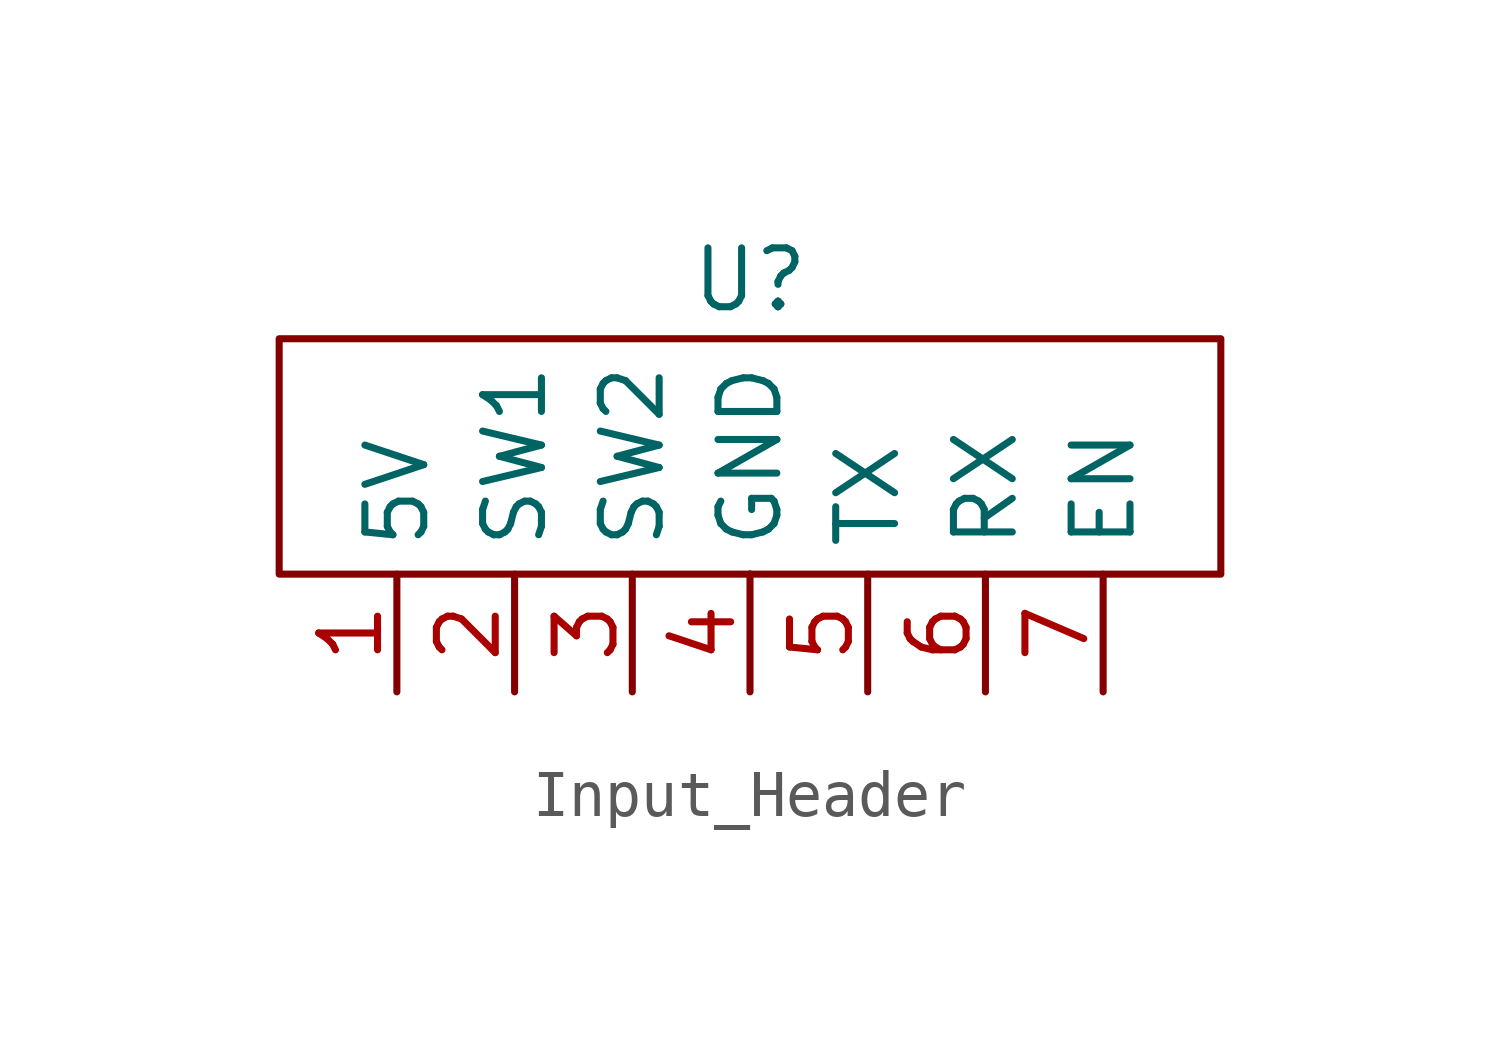
<source format=kicad_sym>
(kicad_symbol_lib
  (version 20220914)
  (generator kicad_symbol_editor)
  (symbol "Input_Header"
    (property "Reference" "U"
      (at 0 6.35 0)
      (effects (font (size 1.27 1.27))))
    (property "Value" ""
      (at 0 0 0)
      (effects (font (size 1.27 1.27))))
    (symbol "Input_Header_0_1"
      (rectangle (start -10.16 5.08) (end 10.16 0) (stroke (width 0) (type default)) (fill (type none)))
      (rectangle (start 0 0) (end 0 0) (stroke (width 0) (type default)) (fill (type none)))
      (rectangle (start 0 0) (end 0 0) (stroke (width 0) (type default)) (fill (type none))))
    (symbol "Input_Header_1_1"
      (pin input line (at -7.62 -2.54 90) (length 2.54) (name "5V" (effects (font (size 1.27 1.27)))) (number "1" (effects (font (size 1.27 1.27)))))
      (pin input line (at -5.08 -2.54 90) (length 2.54) (name "SW1" (effects (font (size 1.27 1.27)))) (number "2" (effects (font (size 1.27 1.27)))))
      (pin input line (at -2.54 -2.54 90) (length 2.54) (name "SW2" (effects (font (size 1.27 1.27)))) (number "3" (effects (font (size 1.27 1.27)))))
      (pin input line (at 0 -2.54 90) (length 2.54) (name "GND" (effects (font (size 1.27 1.27)))) (number "4" (effects (font (size 1.27 1.27)))))
      (pin input line (at 2.54 -2.54 90) (length 2.54) (name "TX" (effects (font (size 1.27 1.27)))) (number "5" (effects (font (size 1.27 1.27)))))
      (pin input line (at 5.08 -2.54 90) (length 2.54) (name "RX" (effects (font (size 1.27 1.27)))) (number "6" (effects (font (size 1.27 1.27)))))
      (pin input line (at 7.62 -2.54 90) (length 2.54) (name "EN" (effects (font (size 1.27 1.27)))) (number "7" (effects (font (size 1.27 1.27))))))))
</source>
